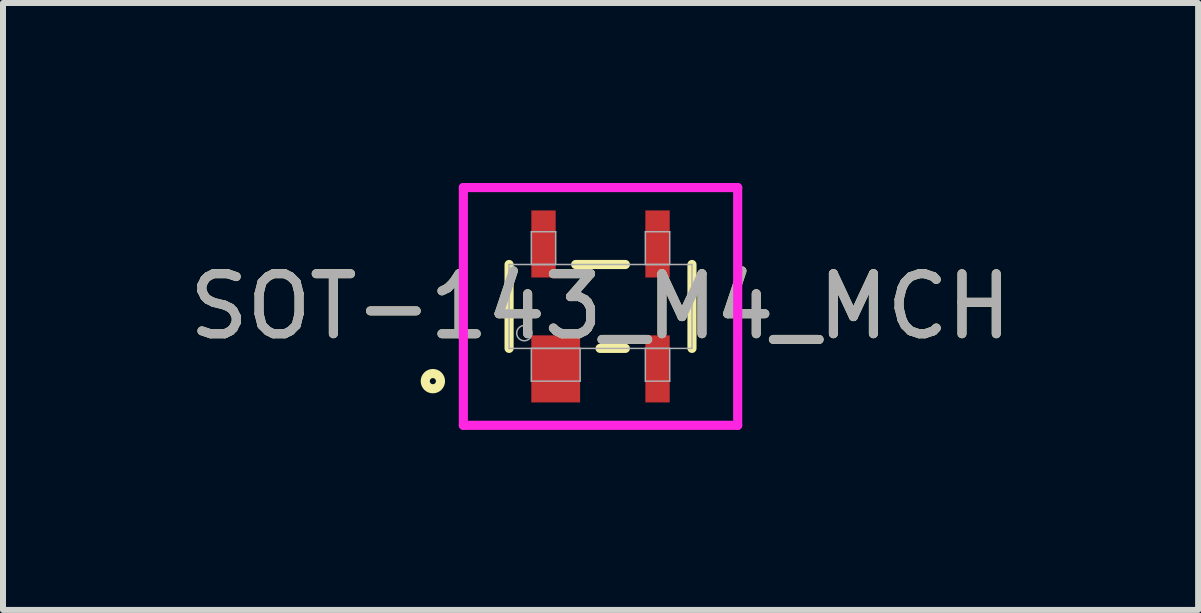
<source format=kicad_pcb>
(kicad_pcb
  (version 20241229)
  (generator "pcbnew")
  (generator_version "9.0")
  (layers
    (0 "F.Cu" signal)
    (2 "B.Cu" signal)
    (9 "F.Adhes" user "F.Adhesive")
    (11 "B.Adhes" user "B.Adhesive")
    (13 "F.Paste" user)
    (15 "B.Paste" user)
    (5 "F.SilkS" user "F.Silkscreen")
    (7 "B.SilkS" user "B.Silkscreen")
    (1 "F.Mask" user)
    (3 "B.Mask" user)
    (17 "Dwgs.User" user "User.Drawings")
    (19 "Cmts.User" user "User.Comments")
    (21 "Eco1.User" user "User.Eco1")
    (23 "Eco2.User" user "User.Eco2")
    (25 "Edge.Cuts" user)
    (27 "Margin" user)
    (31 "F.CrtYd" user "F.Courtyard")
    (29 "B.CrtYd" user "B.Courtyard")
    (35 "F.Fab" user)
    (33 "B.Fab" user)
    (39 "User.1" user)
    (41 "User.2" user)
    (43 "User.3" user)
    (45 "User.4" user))
  (footprint "SOT-143_M4_MCH"
    (layer "F.Cu")
    (at 6.958 2.057)
    (property "Reference" "SOT-143_M4_MCH" (at 0 0 0) (unlocked yes) (layer "F.SilkS") (effects (font (size 1 1) (thickness 0.15))))
    (attr smd)
    (fp_line (start -1.524 0.699) (end -1.524 -0.699) (stroke (width 0.152) (type solid)) (layer "F.SilkS"))
    (fp_line (start -0.414 -0.699) (end 0.414 -0.699) (stroke (width 0.152) (type solid)) (layer "F.SilkS"))
    (fp_line (start 0.414 0.699) (end -0.008 0.699) (stroke (width 0.152) (type solid)) (layer "F.SilkS"))
    (fp_line (start 1.524 -0.699) (end 1.524 0.699) (stroke (width 0.152) (type solid)) (layer "F.SilkS"))
    (fp_circle (center -2.794 1.245) (end -2.667 1.245) (stroke (width 0.152) (type solid)) (fill no) (layer "F.SilkS"))
    (fp_line (start -2.286 -1.981) (end 2.286 -1.981) (stroke (width 0.152) (type solid)) (layer "F.CrtYd"))
    (fp_line (start -2.286 1.981) (end -2.286 -1.981) (stroke (width 0.152) (type solid)) (layer "F.CrtYd"))
    (fp_line (start 2.286 -1.981) (end 2.286 1.981) (stroke (width 0.152) (type solid)) (layer "F.CrtYd"))
    (fp_line (start 2.286 1.981) (end -2.286 1.981) (stroke (width 0.152) (type solid)) (layer "F.CrtYd"))
    (fp_line (start -1.524 -0.699) (end 1.524 -0.699) (stroke (width 0.025) (type solid)) (layer "F.Fab"))
    (fp_line (start -1.524 0.699) (end -1.524 -0.699) (stroke (width 0.025) (type solid)) (layer "F.Fab"))
    (fp_line (start -1.153 -1.245) (end -1.153 -0.699) (stroke (width 0.025) (type solid)) (layer "F.Fab"))
    (fp_line (start -1.153 -0.699) (end -0.747 -0.699) (stroke (width 0.025) (type solid)) (layer "F.Fab"))
    (fp_line (start -1.153 0.699) (end -1.153 1.245) (stroke (width 0.025) (type solid)) (layer "F.Fab"))
    (fp_line (start -1.153 1.245) (end -0.34 1.245) (stroke (width 0.025) (type solid)) (layer "F.Fab"))
    (fp_line (start -0.747 -1.245) (end -1.153 -1.245) (stroke (width 0.025) (type solid)) (layer "F.Fab"))
    (fp_line (start -0.747 -0.699) (end -0.747 -1.245) (stroke (width 0.025) (type solid)) (layer "F.Fab"))
    (fp_line (start -0.34 0.699) (end -1.153 0.699) (stroke (width 0.025) (type solid)) (layer "F.Fab"))
    (fp_line (start -0.34 1.245) (end -0.34 0.699) (stroke (width 0.025) (type solid)) (layer "F.Fab"))
    (fp_line (start 0.747 -1.245) (end 0.747 -0.699) (stroke (width 0.025) (type solid)) (layer "F.Fab"))
    (fp_line (start 0.747 -0.699) (end 1.153 -0.699) (stroke (width 0.025) (type solid)) (layer "F.Fab"))
    (fp_line (start 0.747 0.699) (end 0.747 1.245) (stroke (width 0.025) (type solid)) (layer "F.Fab"))
    (fp_line (start 0.747 1.245) (end 1.153 1.245) (stroke (width 0.025) (type solid)) (layer "F.Fab"))
    (fp_line (start 1.153 -1.245) (end 0.747 -1.245) (stroke (width 0.025) (type solid)) (layer "F.Fab"))
    (fp_line (start 1.153 -0.699) (end 1.153 -1.245) (stroke (width 0.025) (type solid)) (layer "F.Fab"))
    (fp_line (start 1.153 0.699) (end 0.747 0.699) (stroke (width 0.025) (type solid)) (layer "F.Fab"))
    (fp_line (start 1.153 1.245) (end 1.153 0.699) (stroke (width 0.025) (type solid)) (layer "F.Fab"))
    (fp_line (start 1.524 -0.699) (end 1.524 0.699) (stroke (width 0.025) (type solid)) (layer "F.Fab"))
    (fp_line (start 1.524 0.699) (end -1.524 0.699) (stroke (width 0.025) (type solid)) (layer "F.Fab"))
    (fp_circle (center -1.27 0.445) (end -1.143 0.445) (stroke (width 0.025) (type solid)) (fill no) (layer "F.Fab"))
    (fp_text user "${REFERENCE}" (at 0 0 0) (unlocked yes) (layer "F.Fab") (effects (font (size 1 1) (thickness 0.15))))
    (pad "1" smd rect (at -0.747 1.041) (size 0.813 1.118) (layers "F.Cu" "F.Mask" "F.Paste"))
    (pad "2" smd rect (at 0.95 1.041) (size 0.406 1.118) (layers "F.Cu" "F.Mask" "F.Paste"))
    (pad "3" smd rect (at 0.95 -1.041) (size 0.406 1.118) (layers "F.Cu" "F.Mask" "F.Paste"))
    (pad "4" smd rect (at -0.95 -1.041) (size 0.406 1.118) (layers "F.Cu" "F.Mask" "F.Paste")))
  (gr_rect
    (start -3 -3)
    (end 16.917 7.115)
    (stroke (width 0.1) (type default))
    (fill no)
    (layer "Edge.Cuts")))
</source>
